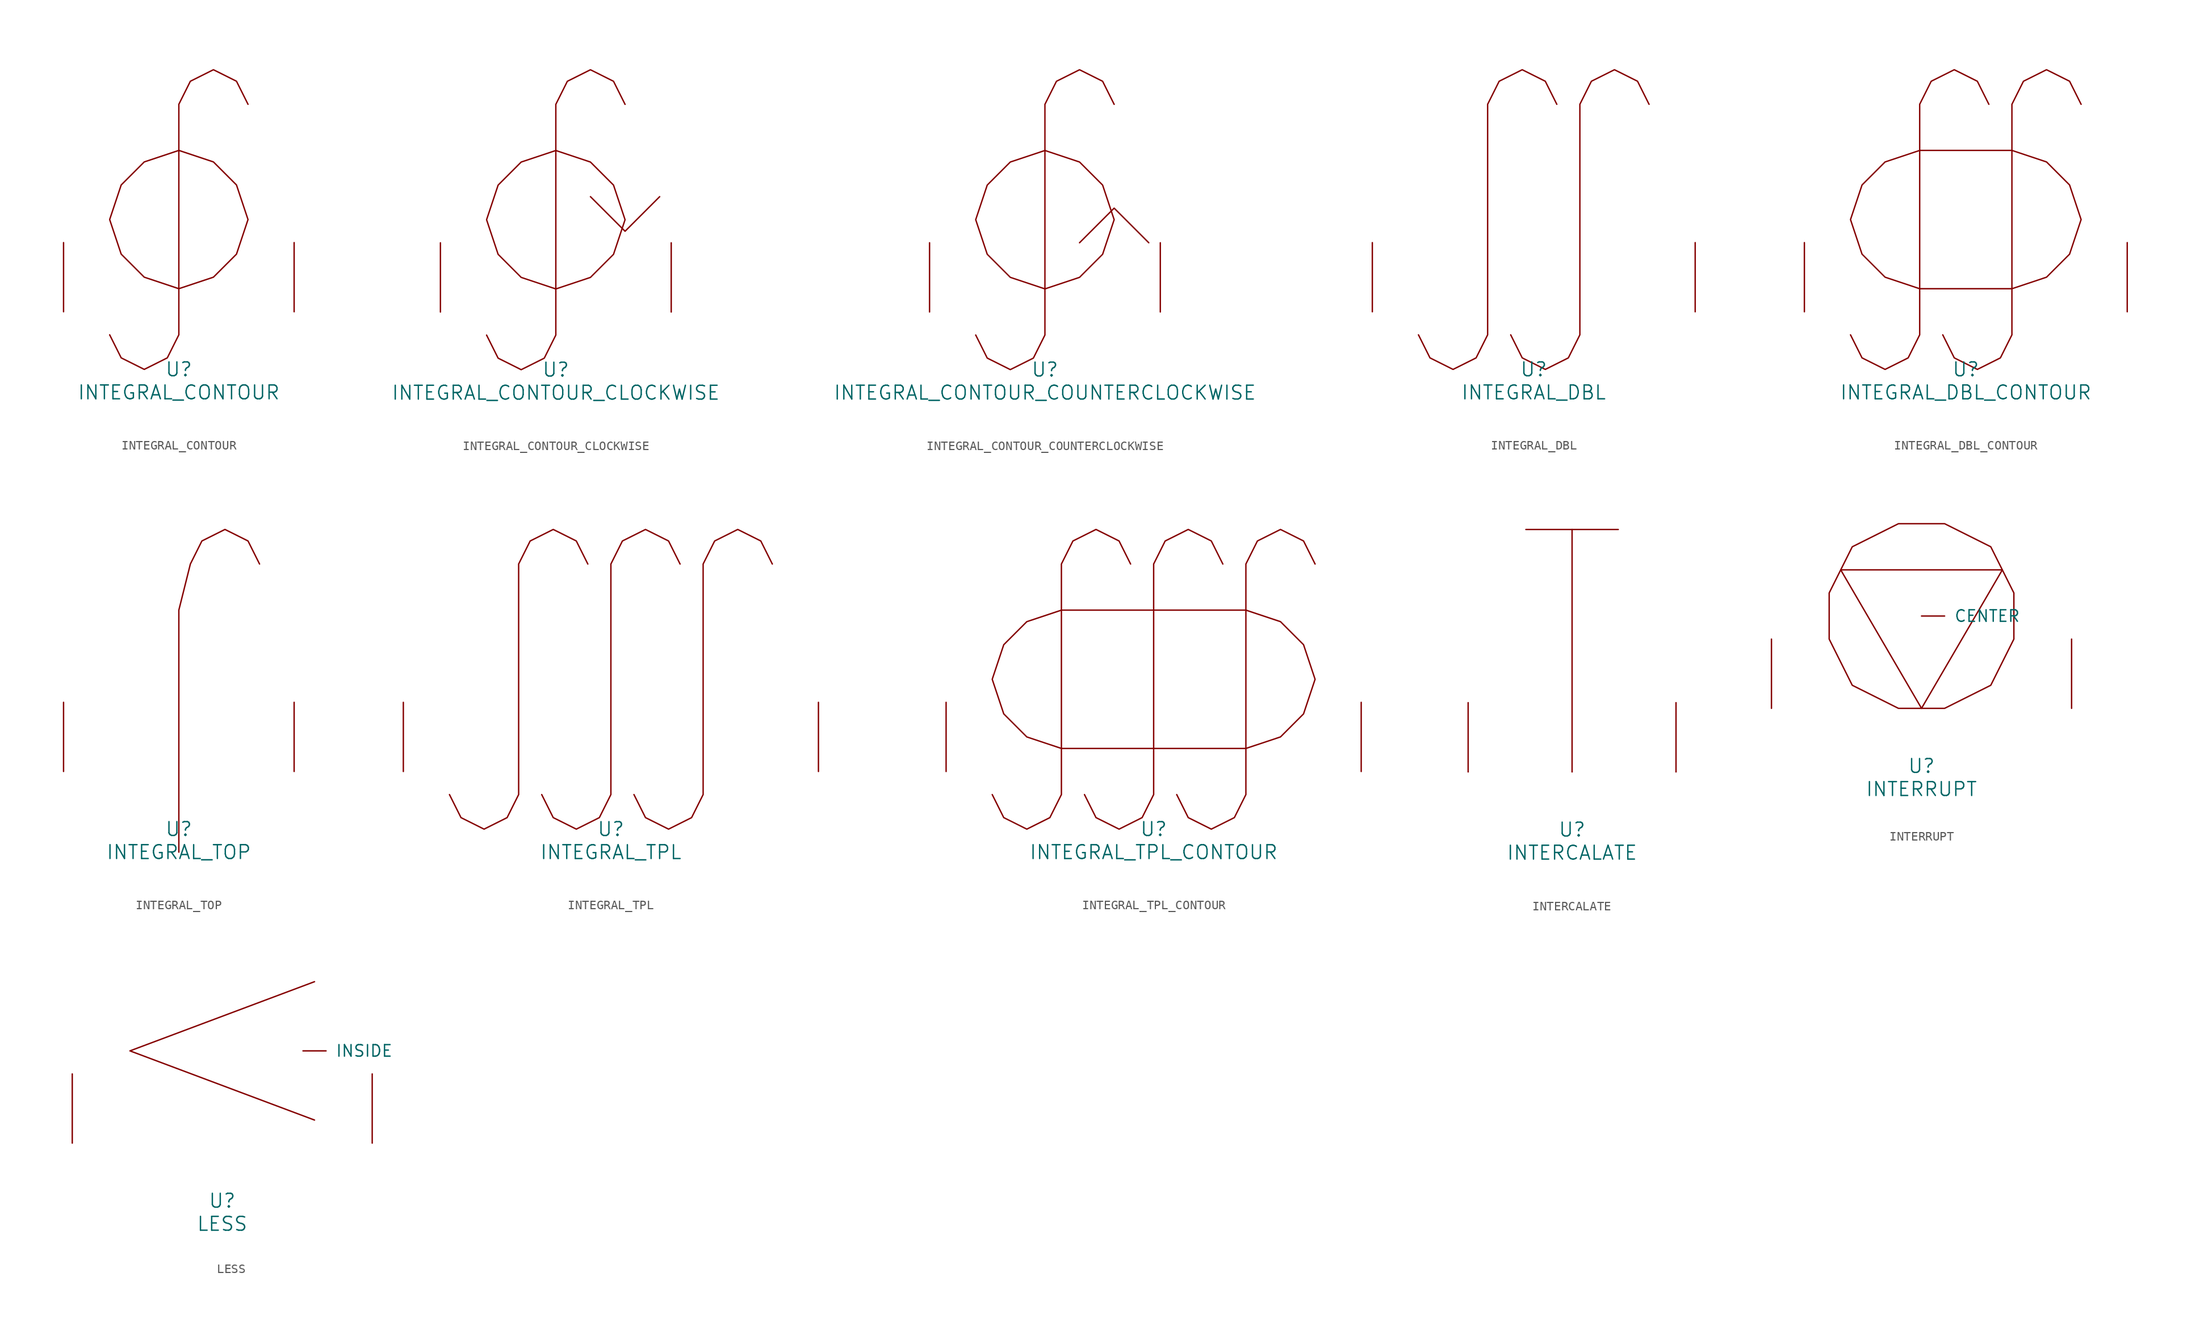
<source format=kicad_sym>
(kicad_symbol_lib
  (version 20220914)
  (generator font_lib2sym)
  (symbol "INTEGRAL_CONTOUR"
    (pin_names
      (offset 1.016))
    (property "Reference" "U"
      (at 0 -6.35 0)
      (effects (font (size 1.524 1.524))))
    (property "Value" "INTEGRAL_CONTOUR"
      (at 0 -8.89 0)
      (effects (font (size 1.524 1.524))))
    (symbol "INTEGRAL_CONTOUR_0_1"
      (polyline (pts (xy -7.62 -2.54) (xy -6.35 -5.08) (xy -3.81 -6.35) (xy -1.27 -5.08) (xy 0 -2.54) (xy 0 22.86) (xy 1.27 25.4) (xy 3.81 26.67) (xy 6.35 25.4) (xy 7.62 22.86)) (stroke (width 0) (type solid)) (fill (type none)))
      (polyline (pts (xy 0 17.78) (xy 3.81 16.51) (xy 6.35 13.97) (xy 7.62 10.16) (xy 6.35 6.35) (xy 3.81 3.81) (xy 0 2.54) (xy -3.81 3.81) (xy -6.35 6.35) (xy -7.62 10.16) (xy -6.35 13.97) (xy -3.81 16.51) (xy 0 17.78)) (stroke (width 0) (type solid)) (fill (type none)))
      (pin input line (at -12.7 0 90) (length 7.62) (name "~" (effects (font (size 1.27 1.27)))) (number "~" (effects (font (size 1.27 1.27)))))
      (pin input line (at 12.7 0 90) (length 7.62) (name "~" (effects (font (size 1.27 1.27)))) (number "~" (effects (font (size 1.27 1.27)))))))
  (symbol "INTEGRAL_CONTOUR_CLOCKWISE"
    (pin_names
      (offset 1.016))
    (property "Reference" "U"
      (at 0 -6.35 0)
      (effects (font (size 1.524 1.524))))
    (property "Value" "INTEGRAL_CONTOUR_CLOCKWISE"
      (at 0 -8.89 0)
      (effects (font (size 1.524 1.524))))
    (symbol "INTEGRAL_CONTOUR_CLOCKWISE_0_1"
      (polyline (pts (xy 3.81 12.7) (xy 7.62 8.89) (xy 11.43 12.7)) (stroke (width 0) (type solid)) (fill (type none)))
      (polyline (pts (xy -7.62 -2.54) (xy -6.35 -5.08) (xy -3.81 -6.35) (xy -1.27 -5.08) (xy 0 -2.54) (xy 0 22.86) (xy 1.27 25.4) (xy 3.81 26.67) (xy 6.35 25.4) (xy 7.62 22.86)) (stroke (width 0) (type solid)) (fill (type none)))
      (polyline (pts (xy -7.62 10.16) (xy -6.35 13.97) (xy -3.81 16.51) (xy 0 17.78) (xy 3.81 16.51) (xy 6.35 13.97) (xy 7.62 10.16) (xy 6.35 6.35) (xy 3.81 3.81) (xy 0 2.54) (xy -3.81 3.81) (xy -6.35 6.35) (xy -7.62 10.16)) (stroke (width 0) (type solid)) (fill (type none)))
      (pin input line (at -12.7 0 90) (length 7.62) (name "~" (effects (font (size 1.27 1.27)))) (number "~" (effects (font (size 1.27 1.27)))))
      (pin input line (at 12.7 0 90) (length 7.62) (name "~" (effects (font (size 1.27 1.27)))) (number "~" (effects (font (size 1.27 1.27)))))))
  (symbol "INTEGRAL_CONTOUR_COUNTERCLOCKWISE"
    (pin_names
      (offset 1.016))
    (property "Reference" "U"
      (at 0 -6.35 0)
      (effects (font (size 1.524 1.524))))
    (property "Value" "INTEGRAL_CONTOUR_COUNTERCLOCKWISE"
      (at 0 -8.89 0)
      (effects (font (size 1.524 1.524))))
    (symbol "INTEGRAL_CONTOUR_COUNTERCLOCKWISE_0_1"
      (polyline (pts (xy 3.81 7.62) (xy 7.62 11.43) (xy 11.43 7.62)) (stroke (width 0) (type solid)) (fill (type none)))
      (polyline (pts (xy -7.62 -2.54) (xy -6.35 -5.08) (xy -3.81 -6.35) (xy -1.27 -5.08) (xy 0 -2.54) (xy 0 22.86) (xy 1.27 25.4) (xy 3.81 26.67) (xy 6.35 25.4) (xy 7.62 22.86)) (stroke (width 0) (type solid)) (fill (type none)))
      (polyline (pts (xy -7.62 10.16) (xy -6.35 13.97) (xy -3.81 16.51) (xy 0 17.78) (xy 3.81 16.51) (xy 6.35 13.97) (xy 7.62 10.16) (xy 6.35 6.35) (xy 3.81 3.81) (xy 0 2.54) (xy -3.81 3.81) (xy -6.35 6.35) (xy -7.62 10.16)) (stroke (width 0) (type solid)) (fill (type none)))
      (pin input line (at -12.7 0 90) (length 7.62) (name "~" (effects (font (size 1.27 1.27)))) (number "~" (effects (font (size 1.27 1.27)))))
      (pin input line (at 12.7 0 90) (length 7.62) (name "~" (effects (font (size 1.27 1.27)))) (number "~" (effects (font (size 1.27 1.27)))))))
  (symbol "INTEGRAL_DBL"
    (pin_names
      (offset 1.016))
    (property "Reference" "U"
      (at 0 -6.35 0)
      (effects (font (size 1.524 1.524))))
    (property "Value" "INTEGRAL_DBL"
      (at 0 -8.89 0)
      (effects (font (size 1.524 1.524))))
    (symbol "INTEGRAL_DBL_0_1"
      (polyline (pts (xy -12.7 -2.54) (xy -11.43 -5.08) (xy -8.89 -6.35) (xy -6.35 -5.08) (xy -5.08 -2.54) (xy -5.08 22.86) (xy -3.81 25.4) (xy -1.27 26.67) (xy 1.27 25.4) (xy 2.54 22.86)) (stroke (width 0) (type solid)) (fill (type none)))
      (polyline (pts (xy -2.54 -2.54) (xy -1.27 -5.08) (xy 1.27 -6.35) (xy 3.81 -5.08) (xy 5.08 -2.54) (xy 5.08 22.86) (xy 6.35 25.4) (xy 8.89 26.67) (xy 11.43 25.4) (xy 12.7 22.86)) (stroke (width 0) (type solid)) (fill (type none)))
      (pin input line (at -17.78 0 90) (length 7.62) (name "~" (effects (font (size 1.27 1.27)))) (number "~" (effects (font (size 1.27 1.27)))))
      (pin input line (at 17.78 0 90) (length 7.62) (name "~" (effects (font (size 1.27 1.27)))) (number "~" (effects (font (size 1.27 1.27)))))))
  (symbol "INTEGRAL_DBL_CONTOUR"
    (pin_names
      (offset 1.016))
    (property "Reference" "U"
      (at 0 -6.35 0)
      (effects (font (size 1.524 1.524))))
    (property "Value" "INTEGRAL_DBL_CONTOUR"
      (at 0 -8.89 0)
      (effects (font (size 1.524 1.524))))
    (symbol "INTEGRAL_DBL_CONTOUR_0_1"
      (polyline (pts (xy -12.7 -2.54) (xy -11.43 -5.08) (xy -8.89 -6.35) (xy -6.35 -5.08) (xy -5.08 -2.54) (xy -5.08 22.86) (xy -3.81 25.4) (xy -1.27 26.67) (xy 1.27 25.4) (xy 2.54 22.86)) (stroke (width 0) (type solid)) (fill (type none)))
      (polyline (pts (xy -2.54 -2.54) (xy -1.27 -5.08) (xy 1.27 -6.35) (xy 3.81 -5.08) (xy 5.08 -2.54) (xy 5.08 22.86) (xy 6.35 25.4) (xy 8.89 26.67) (xy 11.43 25.4) (xy 12.7 22.86)) (stroke (width 0) (type solid)) (fill (type none)))
      (polyline (pts (xy 5.08 17.78) (xy 8.89 16.51) (xy 11.43 13.97) (xy 12.7 10.16) (xy 11.43 6.35) (xy 8.89 3.81) (xy 5.08 2.54) (xy -5.08 2.54) (xy -8.89 3.81) (xy -11.43 6.35) (xy -12.7 10.16) (xy -11.43 13.97) (xy -8.89 16.51) (xy -5.08 17.78) (xy 5.08 17.78)) (stroke (width 0) (type solid)) (fill (type none)))
      (pin input line (at -17.78 0 90) (length 7.62) (name "~" (effects (font (size 1.27 1.27)))) (number "~" (effects (font (size 1.27 1.27)))))
      (pin input line (at 17.78 0 90) (length 7.62) (name "~" (effects (font (size 1.27 1.27)))) (number "~" (effects (font (size 1.27 1.27)))))))
  (symbol "INTEGRAL_TOP"
    (pin_names
      (offset 1.016))
    (property "Reference" "U"
      (at 0 -6.35 0)
      (effects (font (size 1.524 1.524))))
    (property "Value" "INTEGRAL_TOP"
      (at 0 -8.89 0)
      (effects (font (size 1.524 1.524))))
    (symbol "INTEGRAL_TOP_0_1"
      (polyline (pts (xy 0 -8.89) (xy 0 17.78) (xy 1.27 22.86) (xy 2.54 25.4) (xy 5.08 26.67) (xy 7.62 25.4) (xy 8.89 22.86)) (stroke (width 0) (type solid)) (fill (type none)))
      (pin input line (at -12.7 0 90) (length 7.62) (name "~" (effects (font (size 1.27 1.27)))) (number "~" (effects (font (size 1.27 1.27)))))
      (pin input line (at 12.7 0 90) (length 7.62) (name "~" (effects (font (size 1.27 1.27)))) (number "~" (effects (font (size 1.27 1.27)))))))
  (symbol "INTEGRAL_TPL"
    (pin_names
      (offset 1.016))
    (property "Reference" "U"
      (at 0 -6.35 0)
      (effects (font (size 1.524 1.524))))
    (property "Value" "INTEGRAL_TPL"
      (at 0 -8.89 0)
      (effects (font (size 1.524 1.524))))
    (symbol "INTEGRAL_TPL_0_1"
      (polyline (pts (xy -17.78 -2.54) (xy -16.51 -5.08) (xy -13.97 -6.35) (xy -11.43 -5.08) (xy -10.16 -2.54) (xy -10.16 22.86) (xy -8.89 25.4) (xy -6.35 26.67) (xy -3.81 25.4) (xy -2.54 22.86)) (stroke (width 0) (type solid)) (fill (type none)))
      (polyline (pts (xy -7.62 -2.54) (xy -6.35 -5.08) (xy -3.81 -6.35) (xy -1.27 -5.08) (xy 0 -2.54) (xy 0 22.86) (xy 1.27 25.4) (xy 3.81 26.67) (xy 6.35 25.4) (xy 7.62 22.86)) (stroke (width 0) (type solid)) (fill (type none)))
      (polyline (pts (xy 2.54 -2.54) (xy 3.81 -5.08) (xy 6.35 -6.35) (xy 8.89 -5.08) (xy 10.16 -2.54) (xy 10.16 22.86) (xy 11.43 25.4) (xy 13.97 26.67) (xy 16.51 25.4) (xy 17.78 22.86)) (stroke (width 0) (type solid)) (fill (type none)))
      (pin input line (at -22.86 0 90) (length 7.62) (name "~" (effects (font (size 1.27 1.27)))) (number "~" (effects (font (size 1.27 1.27)))))
      (pin input line (at 22.86 0 90) (length 7.62) (name "~" (effects (font (size 1.27 1.27)))) (number "~" (effects (font (size 1.27 1.27)))))))
  (symbol "INTEGRAL_TPL_CONTOUR"
    (pin_names
      (offset 1.016))
    (property "Reference" "U"
      (at 0 -6.35 0)
      (effects (font (size 1.524 1.524))))
    (property "Value" "INTEGRAL_TPL_CONTOUR"
      (at 0 -8.89 0)
      (effects (font (size 1.524 1.524))))
    (symbol "INTEGRAL_TPL_CONTOUR_0_1"
      (polyline (pts (xy -17.78 -2.54) (xy -16.51 -5.08) (xy -13.97 -6.35) (xy -11.43 -5.08) (xy -10.16 -2.54) (xy -10.16 22.86) (xy -8.89 25.4) (xy -6.35 26.67) (xy -3.81 25.4) (xy -2.54 22.86)) (stroke (width 0) (type solid)) (fill (type none)))
      (polyline (pts (xy -7.62 -2.54) (xy -6.35 -5.08) (xy -3.81 -6.35) (xy -1.27 -5.08) (xy 0 -2.54) (xy 0 22.86) (xy 1.27 25.4) (xy 3.81 26.67) (xy 6.35 25.4) (xy 7.62 22.86)) (stroke (width 0) (type solid)) (fill (type none)))
      (polyline (pts (xy 2.54 -2.54) (xy 3.81 -5.08) (xy 6.35 -6.35) (xy 8.89 -5.08) (xy 10.16 -2.54) (xy 10.16 22.86) (xy 11.43 25.4) (xy 13.97 26.67) (xy 16.51 25.4) (xy 17.78 22.86)) (stroke (width 0) (type solid)) (fill (type none)))
      (polyline (pts (xy 10.16 17.78) (xy 13.97 16.51) (xy 16.51 13.97) (xy 17.78 10.16) (xy 16.51 6.35) (xy 13.97 3.81) (xy 10.16 2.54) (xy -10.16 2.54) (xy -13.97 3.81) (xy -16.51 6.35) (xy -17.78 10.16) (xy -16.51 13.97) (xy -13.97 16.51) (xy -10.16 17.78) (xy 10.16 17.78)) (stroke (width 0) (type solid)) (fill (type none)))
      (pin input line (at -22.86 0 90) (length 7.62) (name "~" (effects (font (size 1.27 1.27)))) (number "~" (effects (font (size 1.27 1.27)))))
      (pin input line (at 22.86 0 90) (length 7.62) (name "~" (effects (font (size 1.27 1.27)))) (number "~" (effects (font (size 1.27 1.27)))))))
  (symbol "INTERCALATE"
    (pin_names
      (offset 1.016))
    (property "Reference" "U"
      (at 0 -6.35 0)
      (effects (font (size 1.524 1.524))))
    (property "Value" "INTERCALATE"
      (at 0 -8.89 0)
      (effects (font (size 1.524 1.524))))
    (symbol "INTERCALATE_0_1"
      (polyline (pts (xy -5.08 26.67) (xy 5.08 26.67)) (stroke (width 0) (type solid)) (fill (type none)))
      (polyline (pts (xy 0 26.67) (xy 0 0)) (stroke (width 0) (type solid)) (fill (type none)))
      (pin input line (at -11.43 0 90) (length 7.62) (name "~" (effects (font (size 1.27 1.27)))) (number "~" (effects (font (size 1.27 1.27)))))
      (pin input line (at 11.43 0 90) (length 7.62) (name "~" (effects (font (size 1.27 1.27)))) (number "~" (effects (font (size 1.27 1.27)))))))
  (symbol "INTERRUPT"
    (pin_names
      (offset 1.016))
    (property "Reference" "U"
      (at 0 -6.35 0)
      (effects (font (size 1.524 1.524))))
    (property "Value" "INTERRUPT"
      (at 0 -8.89 0)
      (effects (font (size 1.524 1.524))))
    (symbol "INTERRUPT_0_1"
      (polyline (pts (xy 0 0) (xy -8.89 15.24) (xy 8.89 15.24) (xy 0 0)) (stroke (width 0) (type solid)) (fill (type none)))
      (polyline (pts (xy -2.54 20.32) (xy 2.54 20.32) (xy 7.62 17.78) (xy 10.16 12.7) (xy 10.16 7.62) (xy 7.62 2.54) (xy 2.54 0) (xy -2.54 0) (xy -7.62 2.54) (xy -10.16 7.62) (xy -10.16 12.7) (xy -7.62 17.78) (xy -2.54 20.32)) (stroke (width 0) (type solid)) (fill (type none)))
      (pin input line (at 0 10.16 0) (length 2.54) (name "CENTER" (effects (font (size 1.27 1.27)))) (number "~" (effects (font (size 1.27 1.27)))))
      (pin input line (at -16.51 0 90) (length 7.62) (name "~" (effects (font (size 1.27 1.27)))) (number "~" (effects (font (size 1.27 1.27)))))
      (pin input line (at 16.51 0 90) (length 7.62) (name "~" (effects (font (size 1.27 1.27)))) (number "~" (effects (font (size 1.27 1.27)))))))
  (symbol "LESS"
    (pin_names
      (offset 1.016))
    (property "Reference" "U"
      (at 0 -6.35 0)
      (effects (font (size 1.524 1.524))))
    (property "Value" "LESS"
      (at 0 -8.89 0)
      (effects (font (size 1.524 1.524))))
    (symbol "LESS_0_1"
      (polyline (pts (xy 10.16 17.78) (xy -10.16 10.16) (xy 10.16 2.54)) (stroke (width 0) (type solid)) (fill (type none)))
      (pin input line (at 8.89 10.16 0) (length 2.54) (name "INSIDE" (effects (font (size 1.27 1.27)))) (number "~" (effects (font (size 1.27 1.27)))))
      (pin input line (at -16.51 0 90) (length 7.62) (name "~" (effects (font (size 1.27 1.27)))) (number "~" (effects (font (size 1.27 1.27)))))
      (pin input line (at 16.51 0 90) (length 7.62) (name "~" (effects (font (size 1.27 1.27)))) (number "~" (effects (font (size 1.27 1.27))))))))
</source>
